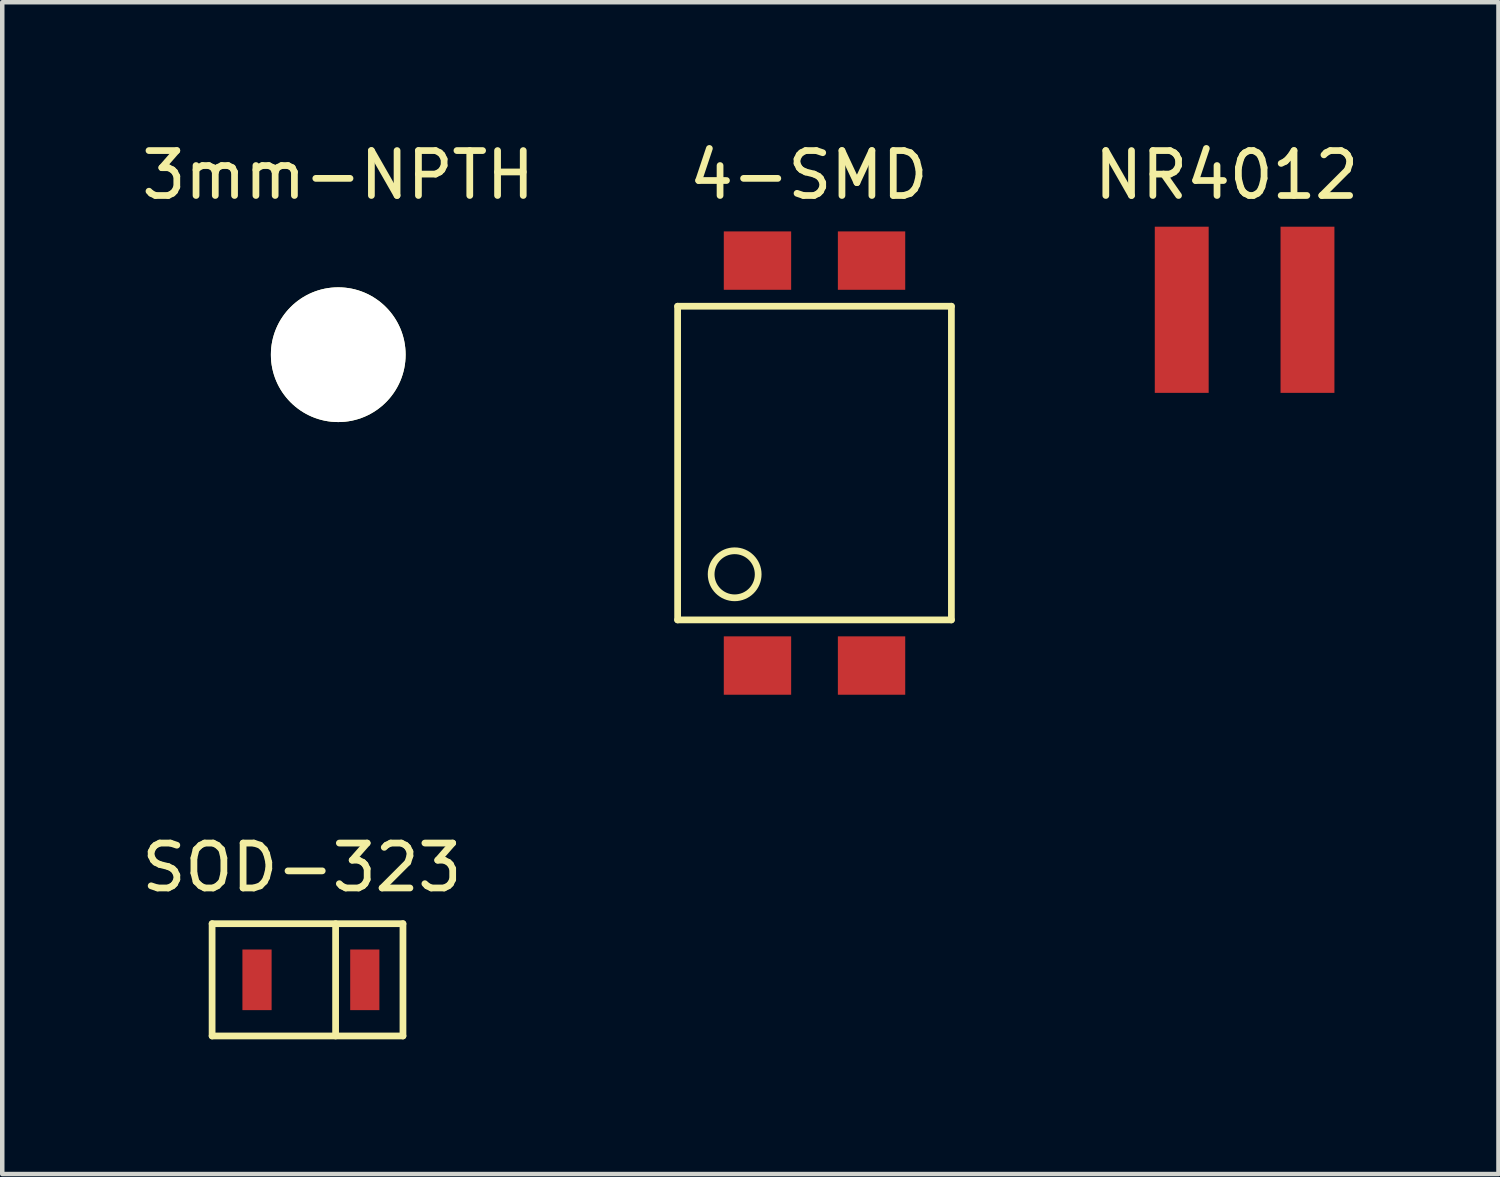
<source format=kicad_pcb>
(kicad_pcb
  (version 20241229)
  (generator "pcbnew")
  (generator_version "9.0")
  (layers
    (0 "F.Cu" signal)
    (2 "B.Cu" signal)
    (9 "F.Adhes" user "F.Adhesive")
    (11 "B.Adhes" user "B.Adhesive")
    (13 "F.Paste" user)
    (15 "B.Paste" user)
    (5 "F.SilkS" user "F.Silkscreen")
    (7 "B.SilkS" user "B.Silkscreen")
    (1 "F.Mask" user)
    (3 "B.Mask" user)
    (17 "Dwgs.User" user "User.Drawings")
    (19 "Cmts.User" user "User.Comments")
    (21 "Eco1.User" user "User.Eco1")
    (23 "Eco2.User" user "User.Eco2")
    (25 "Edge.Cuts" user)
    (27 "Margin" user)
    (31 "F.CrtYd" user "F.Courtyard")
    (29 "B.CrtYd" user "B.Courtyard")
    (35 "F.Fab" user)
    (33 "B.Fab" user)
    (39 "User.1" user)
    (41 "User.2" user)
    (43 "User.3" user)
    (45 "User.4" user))
  (footprint "SOD-323"
    (layer "F.Cu")
    (at 2.673 18.768)
    (property "Reference" "SOD-323" (at 1 -2.5 0) (layer "F.SilkS") (effects (font (size 1 1) (thickness 0.15))))
    (attr through_hole)
    (fp_line (start -1 -1.25) (end 3.25 -1.25) (stroke (width 0.15) (type solid)) (layer "F.SilkS"))
    (fp_line (start -1 1.25) (end -1 -1.25) (stroke (width 0.15) (type solid)) (layer "F.SilkS"))
    (fp_line (start 1.75 -1.25) (end 1.75 1.25) (stroke (width 0.15) (type solid)) (layer "F.SilkS"))
    (fp_line (start 3.25 -1.25) (end 3.25 1.25) (stroke (width 0.15) (type solid)) (layer "F.SilkS"))
    (fp_line (start 3.25 1.25) (end -1 1.25) (stroke (width 0.15) (type solid)) (layer "F.SilkS"))
    (pad "1" smd rect (at 0 0) (size 0.65 1.35) (layers "F.Cu" "F.Mask" "F.Paste"))
    (pad "2" smd rect (at 2.4 0) (size 0.65 1.35) (layers "F.Cu" "F.Mask" "F.Paste")))
  (footprint "NR4012"
    (layer "F.Cu")
    (at 23.264 3.848)
    (property "Reference" "NR4012" (at 1 -3 0) (layer "F.SilkS") (effects (font (size 1 1) (thickness 0.15))))
    (attr through_hole)
    (pad "1" smd rect (at 0 0) (size 1.2 3.7) (layers "F.Cu" "F.Mask" "F.Paste"))
    (pad "2" smd rect (at 2.8 0) (size 1.2 3.7) (layers "F.Cu" "F.Mask" "F.Paste")))
  (footprint "3mm-NPTH"
    (layer "F.Cu")
    (at 4.482 4.848)
    (property "Reference" "3mm-NPTH" (at 0 -4 0) (layer "F.SilkS") (effects (font (size 1 1) (thickness 0.15))))
    (attr through_hole)
    (pad "" np_thru_hole circle (at 0 0) (size 3 3) (drill 3) (layers "*.Cu" "*.Mask" "F.SilkS")))
  (footprint "4-SMD"
    (layer "F.Cu")
    (at 13.817 11.77)
    (property "Reference" "4-SMD" (at 1.143 -10.922 0) (layer "F.SilkS") (effects (font (size 1 1) (thickness 0.15))))
    (attr through_hole)
    (fp_line (start -1.778 -8.001) (end -1.778 -1.016) (stroke (width 0.15) (type solid)) (layer "F.SilkS"))
    (fp_line (start -1.778 -1.016) (end 4.318 -1.016) (stroke (width 0.15) (type solid)) (layer "F.SilkS"))
    (fp_line (start 4.318 -8.001) (end -1.778 -8.001) (stroke (width 0.15) (type solid)) (layer "F.SilkS"))
    (fp_line (start 4.318 -1.016) (end 4.318 -8.001) (stroke (width 0.15) (type solid)) (layer "F.SilkS"))
    (fp_circle (center -0.508 -2.032) (end 0 -1.905) (stroke (width 0.15) (type solid)) (fill no) (layer "F.SilkS"))
    (pad "1" smd rect (at 0 0) (size 1.5 1.3) (layers "F.Cu" "F.Mask" "F.Paste"))
    (pad "2" smd rect (at 2.54 0) (size 1.5 1.3) (layers "F.Cu" "F.Mask" "F.Paste"))
    (pad "3" smd rect (at 2.54 -9.017) (size 1.5 1.3) (layers "F.Cu" "F.Mask" "F.Paste"))
    (pad "4" smd rect (at 0 -9.017) (size 1.5 1.3) (layers "F.Cu" "F.Mask" "F.Paste")))
  (gr_rect
    (start -3 -3)
    (end 30.317 23.093)
    (stroke (width 0.1) (type default))
    (fill no)
    (layer "Edge.Cuts")))
</source>
